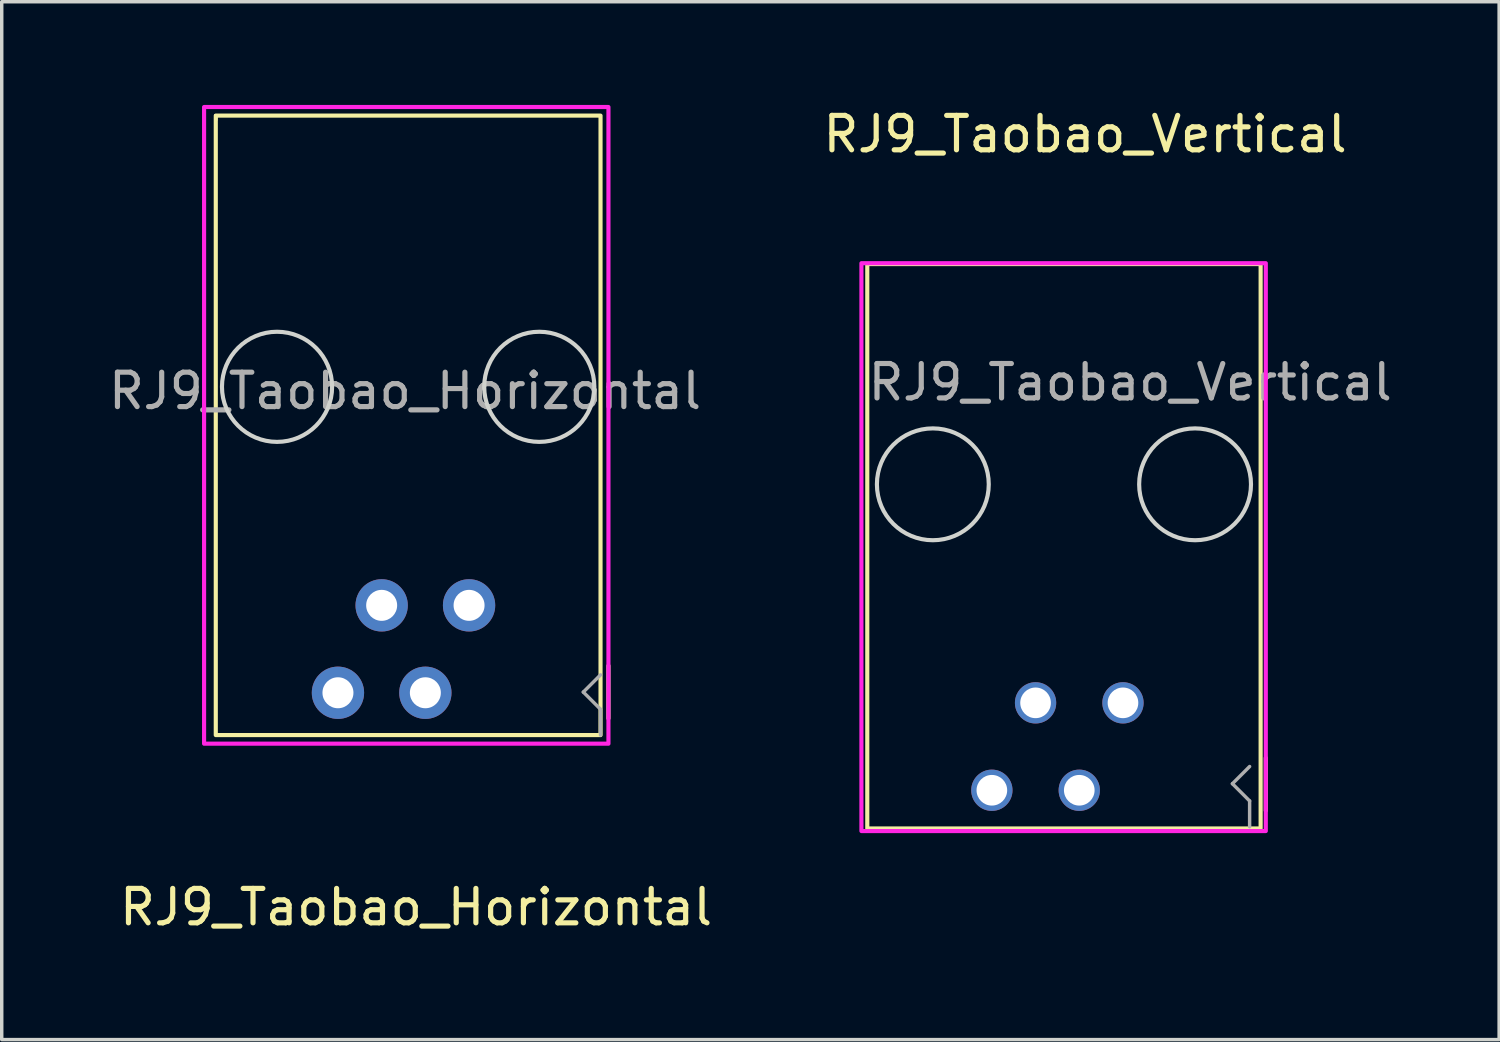
<source format=kicad_pcb>
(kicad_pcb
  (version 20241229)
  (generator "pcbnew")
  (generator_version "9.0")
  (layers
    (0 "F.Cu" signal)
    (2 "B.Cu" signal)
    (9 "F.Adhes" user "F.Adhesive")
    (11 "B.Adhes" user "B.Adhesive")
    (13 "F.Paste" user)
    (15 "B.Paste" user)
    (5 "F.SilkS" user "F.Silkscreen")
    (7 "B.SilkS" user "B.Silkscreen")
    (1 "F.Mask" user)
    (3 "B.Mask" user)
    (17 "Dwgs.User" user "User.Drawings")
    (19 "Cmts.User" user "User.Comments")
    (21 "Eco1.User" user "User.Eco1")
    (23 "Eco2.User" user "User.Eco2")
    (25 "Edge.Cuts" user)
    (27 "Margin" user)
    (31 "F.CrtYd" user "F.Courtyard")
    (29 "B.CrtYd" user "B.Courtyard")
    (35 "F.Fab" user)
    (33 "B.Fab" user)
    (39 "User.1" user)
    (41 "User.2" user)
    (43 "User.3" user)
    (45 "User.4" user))
  (footprint "RJ9_Taobao_Vertical"
    (layer "F.Cu")
    (at 27.981 12.848)
    (property "Reference" "RJ9_Taobao_Vertical" (at 0.5 -12 0) (unlocked yes) (layer "F.SilkS") (effects (font (size 1 1) (thickness 0.15))))
    (attr through_hole)
    (fp_line (start 5.75 6.125) (end 5.75 7.655) (stroke (width 0.12) (type solid)) (layer "F.SilkS"))
    (fp_rect (start -5.83 -8.225) (end 5.6 8.175) (stroke (width 0.12) (type solid)) (fill no) (layer "F.SilkS"))
    (fp_circle (center -3.925 -1.825) (end -5.55 -1.825) (stroke (width 0.12) (type solid)) (fill no) (layer "Edge.Cuts"))
    (fp_circle (center 3.695 -1.825) (end 2.07 -1.825) (stroke (width 0.12) (type solid)) (fill no) (layer "Edge.Cuts"))
    (fp_rect (start -6 -8.25) (end 5.75 8.25) (stroke (width 0.12) (type solid)) (fill no) (layer "F.CrtYd"))
    (fp_line (start 4.78 6.875) (end 5.28 7.375) (stroke (width 0.1) (type solid)) (layer "F.Fab"))
    (fp_line (start 5.28 6.375) (end 4.78 6.875) (stroke (width 0.1) (type solid)) (layer "F.Fab"))
    (fp_line (start 5.28 7.375) (end 5.28 8.125) (stroke (width 0.1) (type solid)) (layer "F.Fab"))
    (fp_text user "${REFERENCE}" (at 1.81 -4.79 180) (layer "F.Fab") (effects (font (size 1 1) (thickness 0.15))))
    (pad "1" thru_hole circle (at 1.6 4.525 180) (size 1.2 1.2) (drill 0.89) (layers "*.Cu" "*.Mask"))
    (pad "2" thru_hole circle (at 0.33 7.065 180) (size 1.2 1.2) (drill 0.89) (layers "*.Cu" "*.Mask"))
    (pad "3" thru_hole circle (at -0.94 4.525 180) (size 1.2 1.2) (drill 0.89) (layers "*.Cu" "*.Mask"))
    (pad "4" thru_hole circle (at -2.21 7.065 180) (size 1.2 1.2) (drill 0.89) (layers "*.Cu" "*.Mask")))
  (footprint "RJ9_Taobao_Horizontal"
    (layer "F.Cu")
    (at 9.13 10.31)
    (property "Reference" "RJ9_Taobao_Horizontal" (at -0.09 13 0) (unlocked yes) (layer "F.SilkS") (effects (font (size 1 1) (thickness 0.15))))
    (attr through_hole)
    (fp_line (start -5.91 -9.99) (end -5.91 -10) (stroke (width 0.1) (type solid)) (layer "F.SilkS"))
    (fp_line (start -5.91 -9.88) (end -5.91 -10) (stroke (width 0.1) (type solid)) (layer "F.SilkS"))
    (fp_line (start 5.5 5.985) (end 5.5 7.515) (stroke (width 0.12) (type solid)) (layer "F.SilkS"))
    (fp_rect (start -5.91 -10) (end 5.27 8) (stroke (width 0.12) (type solid)) (fill no) (layer "F.SilkS"))
    (fp_circle (center -4.13 -2.12) (end -5.73 -2.12) (stroke (width 0.12) (type solid)) (fill no) (layer "Edge.Cuts"))
    (fp_circle (center 3.49 -2.12) (end 1.89 -2.12) (stroke (width 0.12) (type solid)) (fill no) (layer "Edge.Cuts"))
    (fp_rect (start -6.25 -10.25) (end 5.5 8.25) (stroke (width 0.12) (type solid)) (fill no) (layer "F.CrtYd"))
    (fp_line (start 4.77 6.75) (end 5.27 7.25) (stroke (width 0.1) (type solid)) (layer "F.Fab"))
    (fp_line (start 5.27 6.25) (end 4.77 6.75) (stroke (width 0.1) (type solid)) (layer "F.Fab"))
    (fp_line (start 5.27 7.25) (end 5.27 8) (stroke (width 0.1) (type solid)) (layer "F.Fab"))
    (fp_text user "${REFERENCE}" (at -0.41 -2 180) (layer "F.Fab") (effects (font (size 1 1) (thickness 0.15))))
    (pad "1" thru_hole circle (at 1.45 4.23 180) (size 1.52 1.52) (drill 0.9) (layers "*.Cu" "*.Mask"))
    (pad "2" thru_hole circle (at 0.18 6.77 180) (size 1.52 1.52) (drill 0.9) (layers "*.Cu" "*.Mask"))
    (pad "3" thru_hole circle (at -1.09 4.23 180) (size 1.52 1.52) (drill 0.9) (layers "*.Cu" "*.Mask"))
    (pad "4" thru_hole circle (at -2.36 6.77 180) (size 1.52 1.52) (drill 0.9) (layers "*.Cu" "*.Mask")))
  (gr_rect
    (start -3 -3)
    (end 40.511 27.158)
    (stroke (width 0.1) (type default))
    (fill no)
    (layer "Edge.Cuts")))
</source>
